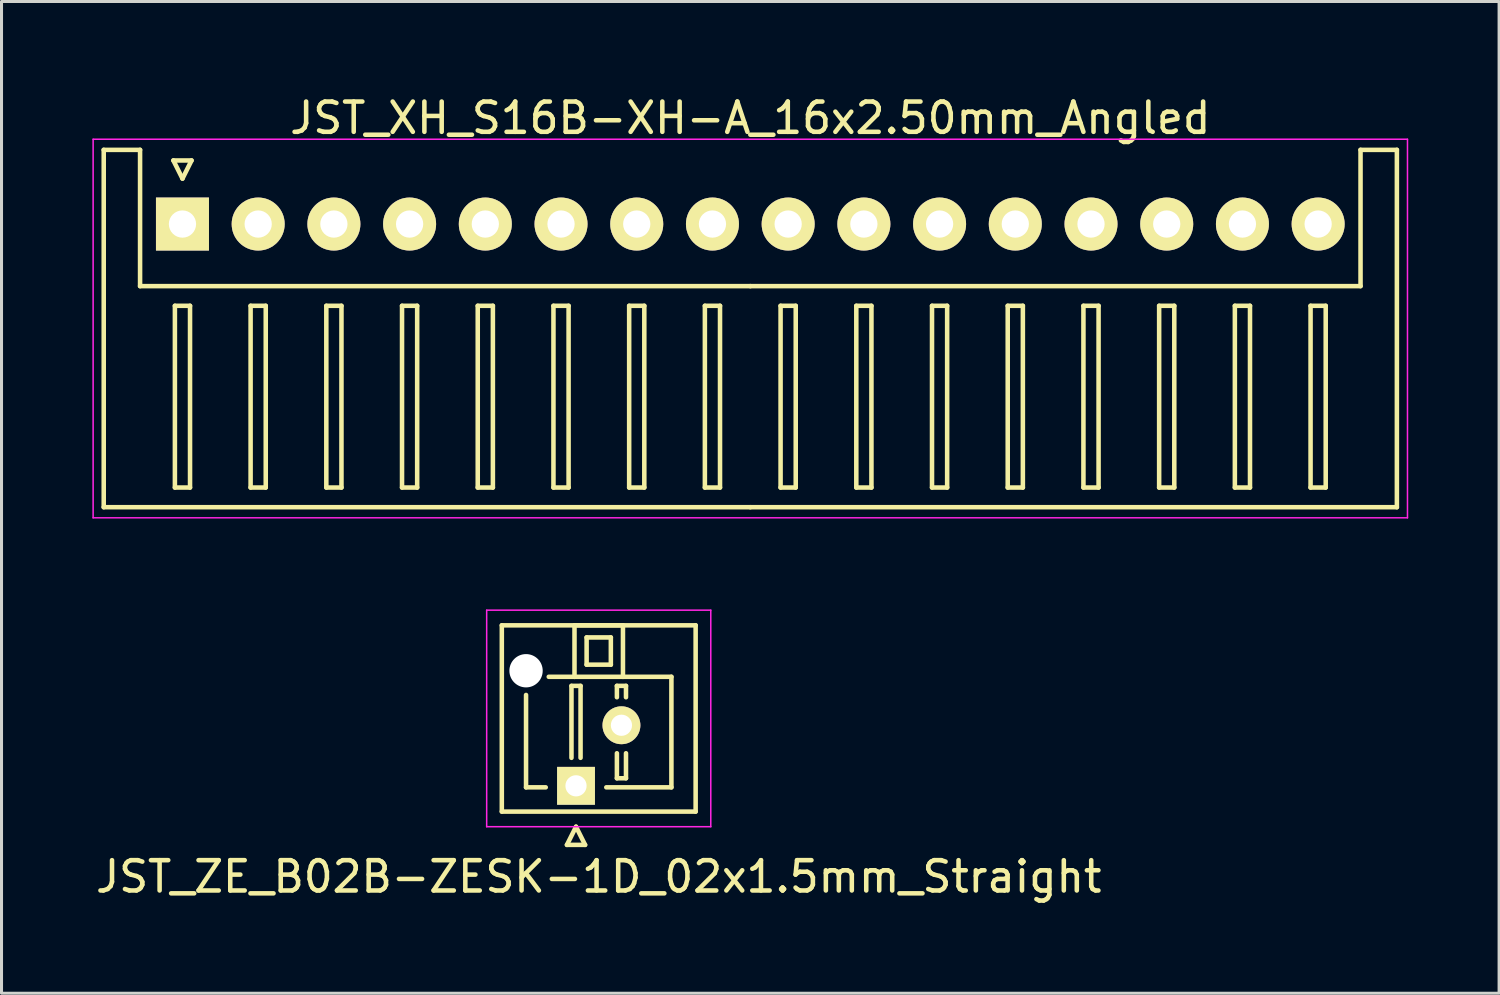
<source format=kicad_pcb>
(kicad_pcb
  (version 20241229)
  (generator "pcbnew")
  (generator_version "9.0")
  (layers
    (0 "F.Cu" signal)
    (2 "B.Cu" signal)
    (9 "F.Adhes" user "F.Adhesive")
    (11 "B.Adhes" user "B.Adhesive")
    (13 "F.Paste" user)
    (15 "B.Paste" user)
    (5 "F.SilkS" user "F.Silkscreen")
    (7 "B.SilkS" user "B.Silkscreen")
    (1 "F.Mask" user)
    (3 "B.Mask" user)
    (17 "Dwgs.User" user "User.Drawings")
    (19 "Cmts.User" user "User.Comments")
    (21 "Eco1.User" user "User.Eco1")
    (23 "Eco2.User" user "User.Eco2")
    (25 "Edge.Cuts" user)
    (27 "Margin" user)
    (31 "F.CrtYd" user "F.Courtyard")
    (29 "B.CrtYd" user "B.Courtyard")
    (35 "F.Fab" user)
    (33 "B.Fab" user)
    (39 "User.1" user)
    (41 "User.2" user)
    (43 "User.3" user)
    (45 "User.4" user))
  (footprint "JST_XH_S16B-XH-A_16x2.50mm_Angled"
    (layer "F.Cu")
    (at 2.975 4.348)
    (property "Reference" "JST_XH_S16B-XH-A_16x2.50mm_Angled" (at 18.75 -3.5 0) (layer "F.SilkS") (effects (font (size 1 1) (thickness 0.15))))
    (attr through_hole)
    (fp_line (start -2.6 -2.45) (end -1.4 -2.45) (stroke (width 0.15) (type solid)) (layer "F.SilkS"))
    (fp_line (start -2.6 9.35) (end -2.6 -2.45) (stroke (width 0.15) (type solid)) (layer "F.SilkS"))
    (fp_line (start -1.4 -2.45) (end -1.4 2.05) (stroke (width 0.15) (type solid)) (layer "F.SilkS"))
    (fp_line (start -1.4 2.05) (end 18.75 2.05) (stroke (width 0.15) (type solid)) (layer "F.SilkS"))
    (fp_line (start -0.3 -2.1) (end 0.3 -2.1) (stroke (width 0.15) (type solid)) (layer "F.SilkS"))
    (fp_line (start -0.25 2.7) (end -0.25 8.7) (stroke (width 0.15) (type solid)) (layer "F.SilkS"))
    (fp_line (start -0.25 8.7) (end 0.25 8.7) (stroke (width 0.15) (type solid)) (layer "F.SilkS"))
    (fp_line (start 0 -1.5) (end -0.3 -2.1) (stroke (width 0.15) (type solid)) (layer "F.SilkS"))
    (fp_line (start 0.25 2.7) (end -0.25 2.7) (stroke (width 0.15) (type solid)) (layer "F.SilkS"))
    (fp_line (start 0.25 8.7) (end 0.25 2.7) (stroke (width 0.15) (type solid)) (layer "F.SilkS"))
    (fp_line (start 0.3 -2.1) (end 0 -1.5) (stroke (width 0.15) (type solid)) (layer "F.SilkS"))
    (fp_line (start 2.25 2.7) (end 2.25 8.7) (stroke (width 0.15) (type solid)) (layer "F.SilkS"))
    (fp_line (start 2.25 8.7) (end 2.75 8.7) (stroke (width 0.15) (type solid)) (layer "F.SilkS"))
    (fp_line (start 2.75 2.7) (end 2.25 2.7) (stroke (width 0.15) (type solid)) (layer "F.SilkS"))
    (fp_line (start 2.75 8.7) (end 2.75 2.7) (stroke (width 0.15) (type solid)) (layer "F.SilkS"))
    (fp_line (start 4.75 2.7) (end 4.75 8.7) (stroke (width 0.15) (type solid)) (layer "F.SilkS"))
    (fp_line (start 4.75 8.7) (end 5.25 8.7) (stroke (width 0.15) (type solid)) (layer "F.SilkS"))
    (fp_line (start 5.25 2.7) (end 4.75 2.7) (stroke (width 0.15) (type solid)) (layer "F.SilkS"))
    (fp_line (start 5.25 8.7) (end 5.25 2.7) (stroke (width 0.15) (type solid)) (layer "F.SilkS"))
    (fp_line (start 7.25 2.7) (end 7.25 8.7) (stroke (width 0.15) (type solid)) (layer "F.SilkS"))
    (fp_line (start 7.25 8.7) (end 7.75 8.7) (stroke (width 0.15) (type solid)) (layer "F.SilkS"))
    (fp_line (start 7.75 2.7) (end 7.25 2.7) (stroke (width 0.15) (type solid)) (layer "F.SilkS"))
    (fp_line (start 7.75 8.7) (end 7.75 2.7) (stroke (width 0.15) (type solid)) (layer "F.SilkS"))
    (fp_line (start 9.75 2.7) (end 9.75 8.7) (stroke (width 0.15) (type solid)) (layer "F.SilkS"))
    (fp_line (start 9.75 8.7) (end 10.25 8.7) (stroke (width 0.15) (type solid)) (layer "F.SilkS"))
    (fp_line (start 10.25 2.7) (end 9.75 2.7) (stroke (width 0.15) (type solid)) (layer "F.SilkS"))
    (fp_line (start 10.25 8.7) (end 10.25 2.7) (stroke (width 0.15) (type solid)) (layer "F.SilkS"))
    (fp_line (start 12.25 2.7) (end 12.25 8.7) (stroke (width 0.15) (type solid)) (layer "F.SilkS"))
    (fp_line (start 12.25 8.7) (end 12.75 8.7) (stroke (width 0.15) (type solid)) (layer "F.SilkS"))
    (fp_line (start 12.75 2.7) (end 12.25 2.7) (stroke (width 0.15) (type solid)) (layer "F.SilkS"))
    (fp_line (start 12.75 8.7) (end 12.75 2.7) (stroke (width 0.15) (type solid)) (layer "F.SilkS"))
    (fp_line (start 14.75 2.7) (end 14.75 8.7) (stroke (width 0.15) (type solid)) (layer "F.SilkS"))
    (fp_line (start 14.75 8.7) (end 15.25 8.7) (stroke (width 0.15) (type solid)) (layer "F.SilkS"))
    (fp_line (start 15.25 2.7) (end 14.75 2.7) (stroke (width 0.15) (type solid)) (layer "F.SilkS"))
    (fp_line (start 15.25 8.7) (end 15.25 2.7) (stroke (width 0.15) (type solid)) (layer "F.SilkS"))
    (fp_line (start 17.25 2.7) (end 17.25 8.7) (stroke (width 0.15) (type solid)) (layer "F.SilkS"))
    (fp_line (start 17.25 8.7) (end 17.75 8.7) (stroke (width 0.15) (type solid)) (layer "F.SilkS"))
    (fp_line (start 17.75 2.7) (end 17.25 2.7) (stroke (width 0.15) (type solid)) (layer "F.SilkS"))
    (fp_line (start 17.75 8.7) (end 17.75 2.7) (stroke (width 0.15) (type solid)) (layer "F.SilkS"))
    (fp_line (start 18.75 9.35) (end -2.6 9.35) (stroke (width 0.15) (type solid)) (layer "F.SilkS"))
    (fp_line (start 18.75 9.35) (end 40.1 9.35) (stroke (width 0.15) (type solid)) (layer "F.SilkS"))
    (fp_line (start 19.75 2.7) (end 19.75 8.7) (stroke (width 0.15) (type solid)) (layer "F.SilkS"))
    (fp_line (start 19.75 8.7) (end 20.25 8.7) (stroke (width 0.15) (type solid)) (layer "F.SilkS"))
    (fp_line (start 20.25 2.7) (end 19.75 2.7) (stroke (width 0.15) (type solid)) (layer "F.SilkS"))
    (fp_line (start 20.25 8.7) (end 20.25 2.7) (stroke (width 0.15) (type solid)) (layer "F.SilkS"))
    (fp_line (start 22.25 2.7) (end 22.25 8.7) (stroke (width 0.15) (type solid)) (layer "F.SilkS"))
    (fp_line (start 22.25 8.7) (end 22.75 8.7) (stroke (width 0.15) (type solid)) (layer "F.SilkS"))
    (fp_line (start 22.75 2.7) (end 22.25 2.7) (stroke (width 0.15) (type solid)) (layer "F.SilkS"))
    (fp_line (start 22.75 8.7) (end 22.75 2.7) (stroke (width 0.15) (type solid)) (layer "F.SilkS"))
    (fp_line (start 24.75 2.7) (end 24.75 8.7) (stroke (width 0.15) (type solid)) (layer "F.SilkS"))
    (fp_line (start 24.75 8.7) (end 25.25 8.7) (stroke (width 0.15) (type solid)) (layer "F.SilkS"))
    (fp_line (start 25.25 2.7) (end 24.75 2.7) (stroke (width 0.15) (type solid)) (layer "F.SilkS"))
    (fp_line (start 25.25 8.7) (end 25.25 2.7) (stroke (width 0.15) (type solid)) (layer "F.SilkS"))
    (fp_line (start 27.25 2.7) (end 27.25 8.7) (stroke (width 0.15) (type solid)) (layer "F.SilkS"))
    (fp_line (start 27.25 8.7) (end 27.75 8.7) (stroke (width 0.15) (type solid)) (layer "F.SilkS"))
    (fp_line (start 27.75 2.7) (end 27.25 2.7) (stroke (width 0.15) (type solid)) (layer "F.SilkS"))
    (fp_line (start 27.75 8.7) (end 27.75 2.7) (stroke (width 0.15) (type solid)) (layer "F.SilkS"))
    (fp_line (start 29.75 2.7) (end 29.75 8.7) (stroke (width 0.15) (type solid)) (layer "F.SilkS"))
    (fp_line (start 29.75 8.7) (end 30.25 8.7) (stroke (width 0.15) (type solid)) (layer "F.SilkS"))
    (fp_line (start 30.25 2.7) (end 29.75 2.7) (stroke (width 0.15) (type solid)) (layer "F.SilkS"))
    (fp_line (start 30.25 8.7) (end 30.25 2.7) (stroke (width 0.15) (type solid)) (layer "F.SilkS"))
    (fp_line (start 32.25 2.7) (end 32.25 8.7) (stroke (width 0.15) (type solid)) (layer "F.SilkS"))
    (fp_line (start 32.25 8.7) (end 32.75 8.7) (stroke (width 0.15) (type solid)) (layer "F.SilkS"))
    (fp_line (start 32.75 2.7) (end 32.25 2.7) (stroke (width 0.15) (type solid)) (layer "F.SilkS"))
    (fp_line (start 32.75 8.7) (end 32.75 2.7) (stroke (width 0.15) (type solid)) (layer "F.SilkS"))
    (fp_line (start 34.75 2.7) (end 34.75 8.7) (stroke (width 0.15) (type solid)) (layer "F.SilkS"))
    (fp_line (start 34.75 8.7) (end 35.25 8.7) (stroke (width 0.15) (type solid)) (layer "F.SilkS"))
    (fp_line (start 35.25 2.7) (end 34.75 2.7) (stroke (width 0.15) (type solid)) (layer "F.SilkS"))
    (fp_line (start 35.25 8.7) (end 35.25 2.7) (stroke (width 0.15) (type solid)) (layer "F.SilkS"))
    (fp_line (start 37.25 2.7) (end 37.25 8.7) (stroke (width 0.15) (type solid)) (layer "F.SilkS"))
    (fp_line (start 37.25 8.7) (end 37.75 8.7) (stroke (width 0.15) (type solid)) (layer "F.SilkS"))
    (fp_line (start 37.75 2.7) (end 37.25 2.7) (stroke (width 0.15) (type solid)) (layer "F.SilkS"))
    (fp_line (start 37.75 8.7) (end 37.75 2.7) (stroke (width 0.15) (type solid)) (layer "F.SilkS"))
    (fp_line (start 38.9 -2.45) (end 38.9 2.05) (stroke (width 0.15) (type solid)) (layer "F.SilkS"))
    (fp_line (start 38.9 2.05) (end 18.75 2.05) (stroke (width 0.15) (type solid)) (layer "F.SilkS"))
    (fp_line (start 40.1 -2.45) (end 38.9 -2.45) (stroke (width 0.15) (type solid)) (layer "F.SilkS"))
    (fp_line (start 40.1 9.35) (end 40.1 -2.45) (stroke (width 0.15) (type solid)) (layer "F.SilkS"))
    (fp_line (start -2.95 -2.8) (end -2.95 9.7) (stroke (width 0.05) (type solid)) (layer "F.CrtYd"))
    (fp_line (start -2.95 9.7) (end 40.45 9.7) (stroke (width 0.05) (type solid)) (layer "F.CrtYd"))
    (fp_line (start 40.45 -2.8) (end -2.95 -2.8) (stroke (width 0.05) (type solid)) (layer "F.CrtYd"))
    (fp_line (start 40.45 9.7) (end 40.45 -2.8) (stroke (width 0.05) (type solid)) (layer "F.CrtYd"))
    (pad "1" thru_hole rect (at 0 0) (size 1.75 1.75) (drill 0.9) (layers "*.Cu" "*.Mask" "F.SilkS"))
    (pad "2" thru_hole circle (at 2.5 0) (size 1.75 1.75) (drill 0.9) (layers "*.Cu" "*.Mask" "F.SilkS"))
    (pad "3" thru_hole circle (at 5 0) (size 1.75 1.75) (drill 0.9) (layers "*.Cu" "*.Mask" "F.SilkS"))
    (pad "4" thru_hole circle (at 7.5 0) (size 1.75 1.75) (drill 0.9) (layers "*.Cu" "*.Mask" "F.SilkS"))
    (pad "5" thru_hole circle (at 10 0) (size 1.75 1.75) (drill 0.9) (layers "*.Cu" "*.Mask" "F.SilkS"))
    (pad "6" thru_hole circle (at 12.5 0) (size 1.75 1.75) (drill 0.9) (layers "*.Cu" "*.Mask" "F.SilkS"))
    (pad "7" thru_hole circle (at 15 0) (size 1.75 1.75) (drill 0.9) (layers "*.Cu" "*.Mask" "F.SilkS"))
    (pad "8" thru_hole circle (at 17.5 0) (size 1.75 1.75) (drill 0.9) (layers "*.Cu" "*.Mask" "F.SilkS"))
    (pad "9" thru_hole circle (at 20 0) (size 1.75 1.75) (drill 0.9) (layers "*.Cu" "*.Mask" "F.SilkS"))
    (pad "10" thru_hole circle (at 22.5 0) (size 1.75 1.75) (drill 0.9) (layers "*.Cu" "*.Mask" "F.SilkS"))
    (pad "11" thru_hole circle (at 25 0) (size 1.75 1.75) (drill 0.9) (layers "*.Cu" "*.Mask" "F.SilkS"))
    (pad "12" thru_hole circle (at 27.5 0) (size 1.75 1.75) (drill 0.9) (layers "*.Cu" "*.Mask" "F.SilkS"))
    (pad "13" thru_hole circle (at 30 0) (size 1.75 1.75) (drill 0.9) (layers "*.Cu" "*.Mask" "F.SilkS"))
    (pad "14" thru_hole circle (at 32.5 0) (size 1.75 1.75) (drill 0.9) (layers "*.Cu" "*.Mask" "F.SilkS"))
    (pad "15" thru_hole circle (at 35 0) (size 1.75 1.75) (drill 0.9) (layers "*.Cu" "*.Mask" "F.SilkS"))
    (pad "16" thru_hole circle (at 37.5 0) (size 1.75 1.75) (drill 0.9) (layers "*.Cu" "*.Mask" "F.SilkS")))
  (footprint "JST_ZE_B02B-ZESK-1D_02x1.5mm_Straight"
    (layer "F.Cu")
    (at 15.97 22.898)
    (property "Reference" "JST_ZE_B02B-ZESK-1D_02x1.5mm_Straight" (at 0.75 3 0) (layer "F.SilkS") (effects (font (size 1 1) (thickness 0.15))))
    (attr through_hole)
    (fp_line (start -2.45 -5.3) (end -2.45 0.85) (stroke (width 0.15) (type solid)) (layer "F.SilkS"))
    (fp_line (start -2.45 0.85) (end 3.95 0.85) (stroke (width 0.15) (type solid)) (layer "F.SilkS"))
    (fp_line (start -1.65 -3) (end -1.65 0.05) (stroke (width 0.15) (type solid)) (layer "F.SilkS"))
    (fp_line (start -1.65 0.05) (end -1 0.05) (stroke (width 0.15) (type solid)) (layer "F.SilkS"))
    (fp_line (start -0.3 1.95) (end 0 1.35) (stroke (width 0.15) (type solid)) (layer "F.SilkS"))
    (fp_line (start -0.15 -3.3) (end 0.15 -3.3) (stroke (width 0.15) (type solid)) (layer "F.SilkS"))
    (fp_line (start -0.15 -0.925) (end -0.15 -3.3) (stroke (width 0.15) (type solid)) (layer "F.SilkS"))
    (fp_line (start -0.05 -5.3) (end -0.05 -3.6) (stroke (width 0.15) (type solid)) (layer "F.SilkS"))
    (fp_line (start -0.05 -3.6) (end -0.9 -3.6) (stroke (width 0.15) (type solid)) (layer "F.SilkS"))
    (fp_line (start -0.05 -3.6) (end 1.55 -3.6) (stroke (width 0.15) (type solid)) (layer "F.SilkS"))
    (fp_line (start 0 1.35) (end 0.3 1.95) (stroke (width 0.15) (type solid)) (layer "F.SilkS"))
    (fp_line (start 0.15 -3.3) (end 0.15 -0.925) (stroke (width 0.15) (type solid)) (layer "F.SilkS"))
    (fp_line (start 0.3 1.95) (end -0.3 1.95) (stroke (width 0.15) (type solid)) (layer "F.SilkS"))
    (fp_line (start 0.35 -4.9) (end 0.35 -4) (stroke (width 0.15) (type solid)) (layer "F.SilkS"))
    (fp_line (start 0.35 -4) (end 1.15 -4) (stroke (width 0.15) (type solid)) (layer "F.SilkS"))
    (fp_line (start 1.15 -4.9) (end 0.35 -4.9) (stroke (width 0.15) (type solid)) (layer "F.SilkS"))
    (fp_line (start 1.15 -4) (end 1.15 -4.9) (stroke (width 0.15) (type solid)) (layer "F.SilkS"))
    (fp_line (start 1.35 -3.3) (end 1.65 -3.3) (stroke (width 0.15) (type solid)) (layer "F.SilkS"))
    (fp_line (start 1.35 -2.925) (end 1.35 -3.3) (stroke (width 0.15) (type solid)) (layer "F.SilkS"))
    (fp_line (start 1.35 -1.075) (end 1.35 -0.25) (stroke (width 0.15) (type solid)) (layer "F.SilkS"))
    (fp_line (start 1.35 -0.25) (end 1.65 -0.25) (stroke (width 0.15) (type solid)) (layer "F.SilkS"))
    (fp_line (start 1.55 -5.3) (end -0.05 -5.3) (stroke (width 0.15) (type solid)) (layer "F.SilkS"))
    (fp_line (start 1.55 -3.6) (end 1.55 -5.3) (stroke (width 0.15) (type solid)) (layer "F.SilkS"))
    (fp_line (start 1.55 -3.6) (end 3.15 -3.6) (stroke (width 0.15) (type solid)) (layer "F.SilkS"))
    (fp_line (start 1.65 -3.3) (end 1.65 -2.925) (stroke (width 0.15) (type solid)) (layer "F.SilkS"))
    (fp_line (start 1.65 -0.25) (end 1.65 -1.075) (stroke (width 0.15) (type solid)) (layer "F.SilkS"))
    (fp_line (start 3.15 -3.6) (end 3.15 0.05) (stroke (width 0.15) (type solid)) (layer "F.SilkS"))
    (fp_line (start 3.15 0.05) (end 1 0.05) (stroke (width 0.15) (type solid)) (layer "F.SilkS"))
    (fp_line (start 3.95 -5.3) (end -2.45 -5.3) (stroke (width 0.15) (type solid)) (layer "F.SilkS"))
    (fp_line (start 3.95 0.85) (end 3.95 -5.3) (stroke (width 0.15) (type solid)) (layer "F.SilkS"))
    (fp_line (start -2.95 -5.8) (end -2.95 1.35) (stroke (width 0.05) (type solid)) (layer "F.CrtYd"))
    (fp_line (start -2.95 1.35) (end 4.45 1.35) (stroke (width 0.05) (type solid)) (layer "F.CrtYd"))
    (fp_line (start 4.45 -5.8) (end -2.95 -5.8) (stroke (width 0.05) (type solid)) (layer "F.CrtYd"))
    (fp_line (start 4.45 1.35) (end 4.45 -5.8) (stroke (width 0.05) (type solid)) (layer "F.CrtYd"))
    (pad "" np_thru_hole circle (at -1.65 -3.8) (size 1.1 1.1) (drill 1.1) (layers "*.Cu"))
    (pad "1" thru_hole rect (at 0 0) (size 1.25 1.25) (drill 0.7) (layers "*.Cu" "*.Mask" "F.SilkS"))
    (pad "2" thru_hole circle (at 1.5 -2) (size 1.25 1.25) (drill 0.7) (layers "*.Cu" "*.Mask" "F.SilkS")))
  (gr_rect
    (start -3 -3)
    (end 46.45 29.747)
    (stroke (width 0.1) (type default))
    (fill no)
    (layer "Edge.Cuts")))
</source>
